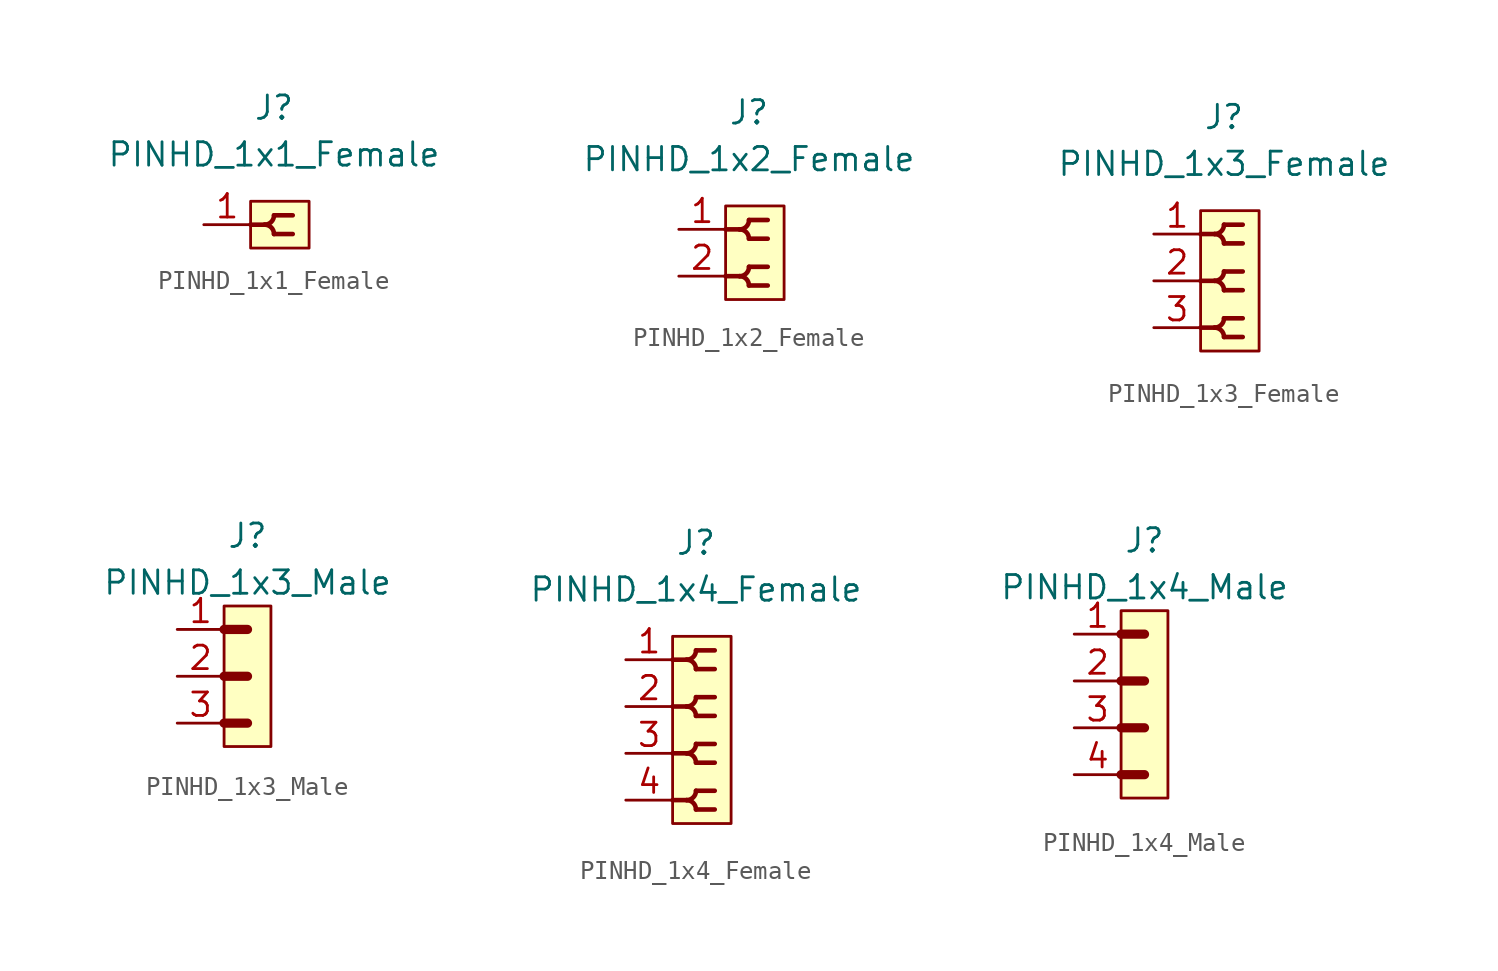
<source format=kicad_sym>
(kicad_symbol_lib
  (version 20211014)
  (generator kicad_symbol_editor)
  (symbol "PINHD_1x1_Female"
    (property "Reference" "J"
      (at 0 6.35 0)
      (effects (font (size 1.27 1.27))))
    (property "Value" "PINHD_1x1_Female"
      (at 0 3.81 0)
      (effects (font (size 1.27 1.27))))
    (symbol "PINHD_1x1_Female_0_1"
      (rectangle (start -1.27 1.27) (end 1.905 -1.27) (stroke (width 0) (type default) (color 0 0 0 0)) (fill (type background)))
      (arc (start -0.508 0) (mid 0.3592 -0.3592) (end 0 0.508) (stroke (width 0.25) (type default) (color 0 0 0 0)) (fill (type none)))
      (arc (start 0 -0.508) (mid 0.3592 0.3592) (end -0.508 0) (stroke (width 0.25) (type default) (color 0 0 0 0)) (fill (type none)))
      (polyline (pts (xy -1.27 0) (xy -0.508 0)) (stroke (width 0.25) (type default) (color 0 0 0 0)) (fill (type none)))
      (polyline (pts (xy 0 -0.508) (xy 1.016 -0.508)) (stroke (width 0.25) (type default) (color 0 0 0 0)) (fill (type none)))
      (polyline (pts (xy 0 0.508) (xy 1.016 0.508)) (stroke (width 0.25) (type default) (color 0 0 0 0)) (fill (type none))))
    (symbol "PINHD_1x1_Female_1_1"
      (pin passive line (at -3.81 0 0) (length 2.54) (name "" (effects (font (size 1.27 1.27)))) (number "1" (effects (font (size 1.27 1.27)))))))
  (symbol "PINHD_1x2_Female"
    (property "Reference" "J"
      (at 0 7.62 0)
      (effects (font (size 1.27 1.27))))
    (property "Value" "PINHD_1x2_Female"
      (at 0 5.08 0)
      (effects (font (size 1.27 1.27))))
    (symbol "PINHD_1x2_Female_0_1"
      (rectangle (start -1.27 2.54) (end 1.905 -2.54) (stroke (width 0) (type default) (color 0 0 0 0)) (fill (type background)))
      (arc (start -0.508 -1.27) (mid 0.3592 -1.6292) (end 0 -0.762) (stroke (width 0.25) (type default) (color 0 0 0 0)) (fill (type none)))
      (arc (start -0.508 1.27) (mid 0.3592 0.9108) (end 0 1.778) (stroke (width 0.25) (type default) (color 0 0 0 0)) (fill (type none)))
      (arc (start 0 -1.778) (mid 0.3592 -0.9108) (end -0.508 -1.27) (stroke (width 0.25) (type default) (color 0 0 0 0)) (fill (type none)))
      (polyline (pts (xy -1.27 -1.27) (xy -0.508 -1.27)) (stroke (width 0.25) (type default) (color 0 0 0 0)) (fill (type none)))
      (polyline (pts (xy -1.27 1.27) (xy -0.508 1.27)) (stroke (width 0.25) (type default) (color 0 0 0 0)) (fill (type none)))
      (polyline (pts (xy 0 -1.778) (xy 1.016 -1.778)) (stroke (width 0.25) (type default) (color 0 0 0 0)) (fill (type none)))
      (polyline (pts (xy 0 -0.762) (xy 1.016 -0.762)) (stroke (width 0.25) (type default) (color 0 0 0 0)) (fill (type none)))
      (polyline (pts (xy 0 0.762) (xy 1.016 0.762)) (stroke (width 0.25) (type default) (color 0 0 0 0)) (fill (type none)))
      (polyline (pts (xy 0 1.778) (xy 1.016 1.778)) (stroke (width 0.25) (type default) (color 0 0 0 0)) (fill (type none)))
      (arc (start 0 0.762) (mid 0.3592 1.6292) (end -0.508 1.27) (stroke (width 0.25) (type default) (color 0 0 0 0)) (fill (type none))))
    (symbol "PINHD_1x2_Female_1_1"
      (pin passive line (at -3.81 1.27 0) (length 2.54) (name "" (effects (font (size 1.27 1.27)))) (number "1" (effects (font (size 1.27 1.27)))))
      (pin passive line (at -3.81 -1.27 0) (length 2.54) (name "" (effects (font (size 1.27 1.27)))) (number "2" (effects (font (size 1.27 1.27)))))))
  (symbol "PINHD_1x3_Female"
    (property "Reference" "J"
      (at 0 8.89 0)
      (effects (font (size 1.27 1.27))))
    (property "Value" "PINHD_1x3_Female"
      (at 0 6.35 0)
      (effects (font (size 1.27 1.27))))
    (symbol "PINHD_1x3_Female_0_1"
      (rectangle (start -1.27 3.81) (end 1.905 -3.81) (stroke (width 0) (type default) (color 0 0 0 0)) (fill (type background)))
      (arc (start -0.508 -2.54) (mid 0.3592 -2.8992) (end 0 -2.032) (stroke (width 0.25) (type default) (color 0 0 0 0)) (fill (type none)))
      (arc (start -0.508 0) (mid 0.3592 -0.3592) (end 0 0.508) (stroke (width 0.25) (type default) (color 0 0 0 0)) (fill (type none)))
      (arc (start -0.508 2.54) (mid 0.3592 2.1808) (end 0 3.048) (stroke (width 0.25) (type default) (color 0 0 0 0)) (fill (type none)))
      (arc (start 0 -3.048) (mid 0.3592 -2.1808) (end -0.508 -2.54) (stroke (width 0.25) (type default) (color 0 0 0 0)) (fill (type none)))
      (arc (start 0 -0.508) (mid 0.3592 0.3592) (end -0.508 0) (stroke (width 0.25) (type default) (color 0 0 0 0)) (fill (type none)))
      (polyline (pts (xy -1.27 -2.54) (xy -0.508 -2.54)) (stroke (width 0.25) (type default) (color 0 0 0 0)) (fill (type none)))
      (polyline (pts (xy -1.27 0) (xy -0.508 0)) (stroke (width 0.25) (type default) (color 0 0 0 0)) (fill (type none)))
      (polyline (pts (xy -1.27 2.54) (xy -0.508 2.54)) (stroke (width 0.25) (type default) (color 0 0 0 0)) (fill (type none)))
      (polyline (pts (xy 0 -3.048) (xy 1.016 -3.048)) (stroke (width 0.25) (type default) (color 0 0 0 0)) (fill (type none)))
      (polyline (pts (xy 0 -2.032) (xy 1.016 -2.032)) (stroke (width 0.25) (type default) (color 0 0 0 0)) (fill (type none)))
      (polyline (pts (xy 0 -0.508) (xy 1.016 -0.508)) (stroke (width 0.25) (type default) (color 0 0 0 0)) (fill (type none)))
      (polyline (pts (xy 0 0.508) (xy 1.016 0.508)) (stroke (width 0.25) (type default) (color 0 0 0 0)) (fill (type none)))
      (polyline (pts (xy 0 2.032) (xy 1.016 2.032)) (stroke (width 0.25) (type default) (color 0 0 0 0)) (fill (type none)))
      (polyline (pts (xy 0 3.048) (xy 1.016 3.048)) (stroke (width 0.25) (type default) (color 0 0 0 0)) (fill (type none)))
      (arc (start 0 2.032) (mid 0.3592 2.8992) (end -0.508 2.54) (stroke (width 0.25) (type default) (color 0 0 0 0)) (fill (type none))))
    (symbol "PINHD_1x3_Female_1_1"
      (pin passive line (at -3.81 2.54 0) (length 2.54) (name "" (effects (font (size 1.27 1.27)))) (number "1" (effects (font (size 1.27 1.27)))))
      (pin passive line (at -3.81 0 0) (length 2.54) (name "" (effects (font (size 1.27 1.27)))) (number "2" (effects (font (size 1.27 1.27)))))
      (pin passive line (at -3.81 -2.54 0) (length 2.54) (name "" (effects (font (size 1.27 1.27)))) (number "3" (effects (font (size 1.27 1.27)))))))
  (symbol "PINHD_1x3_Male"
    (property "Reference" "J"
      (at 0 7.62 0)
      (effects (font (size 1.27 1.27))))
    (property "Value" "PINHD_1x3_Male"
      (at 0 5.08 0)
      (effects (font (size 1.27 1.27))))
    (symbol "PINHD_1x3_Male_0_1"
      (rectangle (start -1.27 3.81) (end 1.27 -3.81) (stroke (width 0) (type default) (color 0 0 0 0)) (fill (type background)))
      (polyline (pts (xy -1.27 -2.54) (xy 0 -2.54)) (stroke (width 0.3) (type default) (color 0 0 0 0)) (fill (type none)))
      (polyline (pts (xy -1.27 -2.54) (xy 0 -2.54)) (stroke (width 0.5) (type default) (color 0 0 0 0)) (fill (type none)))
      (polyline (pts (xy -1.27 0) (xy 0 0)) (stroke (width 0.3) (type default) (color 0 0 0 0)) (fill (type none)))
      (polyline (pts (xy -1.27 0) (xy 0 0)) (stroke (width 0.5) (type default) (color 0 0 0 0)) (fill (type none)))
      (polyline (pts (xy -1.27 2.54) (xy 0 2.54)) (stroke (width 0.3) (type default) (color 0 0 0 0)) (fill (type none)))
      (polyline (pts (xy -1.27 2.54) (xy 0 2.54)) (stroke (width 0.5) (type default) (color 0 0 0 0)) (fill (type none))))
    (symbol "PINHD_1x3_Male_1_1"
      (pin passive line (at -3.81 2.54 0) (length 2.54) (name "" (effects (font (size 1.27 1.27)))) (number "1" (effects (font (size 1.27 1.27)))))
      (pin passive line (at -3.81 0 0) (length 2.54) (name "" (effects (font (size 1.27 1.27)))) (number "2" (effects (font (size 1.27 1.27)))))
      (pin passive line (at -3.81 -2.54 0) (length 2.54) (name "" (effects (font (size 1.27 1.27)))) (number "3" (effects (font (size 1.27 1.27)))))))
  (symbol "PINHD_1x4_Female"
    (property "Reference" "J"
      (at 0 10.16 0)
      (effects (font (size 1.27 1.27))))
    (property "Value" "PINHD_1x4_Female"
      (at 0 7.62 0)
      (effects (font (size 1.27 1.27))))
    (symbol "PINHD_1x4_Female_0_1"
      (rectangle (start -1.27 5.08) (end 1.905 -5.08) (stroke (width 0) (type default) (color 0 0 0 0)) (fill (type background)))
      (arc (start -0.508 -3.81) (mid 0.3592 -4.1692) (end 0 -3.302) (stroke (width 0.25) (type default) (color 0 0 0 0)) (fill (type none)))
      (arc (start -0.508 -1.27) (mid 0.3592 -1.6292) (end 0 -0.762) (stroke (width 0.25) (type default) (color 0 0 0 0)) (fill (type none)))
      (arc (start -0.508 1.27) (mid 0.3592 0.9108) (end 0 1.778) (stroke (width 0.25) (type default) (color 0 0 0 0)) (fill (type none)))
      (arc (start -0.508 3.81) (mid 0.3592 3.4508) (end 0 4.318) (stroke (width 0.25) (type default) (color 0 0 0 0)) (fill (type none)))
      (arc (start 0 -4.318) (mid 0.3592 -3.4508) (end -0.508 -3.81) (stroke (width 0.25) (type default) (color 0 0 0 0)) (fill (type none)))
      (arc (start 0 -1.778) (mid 0.3592 -0.9108) (end -0.508 -1.27) (stroke (width 0.25) (type default) (color 0 0 0 0)) (fill (type none)))
      (polyline (pts (xy -1.27 -3.81) (xy -0.508 -3.81)) (stroke (width 0.25) (type default) (color 0 0 0 0)) (fill (type none)))
      (polyline (pts (xy -1.27 -1.27) (xy -0.508 -1.27)) (stroke (width 0.25) (type default) (color 0 0 0 0)) (fill (type none)))
      (polyline (pts (xy -1.27 1.27) (xy -0.508 1.27)) (stroke (width 0.25) (type default) (color 0 0 0 0)) (fill (type none)))
      (polyline (pts (xy -1.27 3.81) (xy -0.508 3.81)) (stroke (width 0.25) (type default) (color 0 0 0 0)) (fill (type none)))
      (polyline (pts (xy 0 -4.318) (xy 1.016 -4.318)) (stroke (width 0.25) (type default) (color 0 0 0 0)) (fill (type none)))
      (polyline (pts (xy 0 -3.302) (xy 1.016 -3.302)) (stroke (width 0.25) (type default) (color 0 0 0 0)) (fill (type none)))
      (polyline (pts (xy 0 -1.778) (xy 1.016 -1.778)) (stroke (width 0.25) (type default) (color 0 0 0 0)) (fill (type none)))
      (polyline (pts (xy 0 -0.762) (xy 1.016 -0.762)) (stroke (width 0.25) (type default) (color 0 0 0 0)) (fill (type none)))
      (polyline (pts (xy 0 0.762) (xy 1.016 0.762)) (stroke (width 0.25) (type default) (color 0 0 0 0)) (fill (type none)))
      (polyline (pts (xy 0 1.778) (xy 1.016 1.778)) (stroke (width 0.25) (type default) (color 0 0 0 0)) (fill (type none)))
      (polyline (pts (xy 0 3.302) (xy 1.016 3.302)) (stroke (width 0.25) (type default) (color 0 0 0 0)) (fill (type none)))
      (polyline (pts (xy 0 4.318) (xy 1.016 4.318)) (stroke (width 0.25) (type default) (color 0 0 0 0)) (fill (type none)))
      (arc (start 0 0.762) (mid 0.3592 1.6292) (end -0.508 1.27) (stroke (width 0.25) (type default) (color 0 0 0 0)) (fill (type none)))
      (arc (start 0 3.302) (mid 0.3592 4.1692) (end -0.508 3.81) (stroke (width 0.25) (type default) (color 0 0 0 0)) (fill (type none))))
    (symbol "PINHD_1x4_Female_1_1"
      (pin passive line (at -3.81 3.81 0) (length 2.54) (name "" (effects (font (size 1.27 1.27)))) (number "1" (effects (font (size 1.27 1.27)))))
      (pin passive line (at -3.81 1.27 0) (length 2.54) (name "" (effects (font (size 1.27 1.27)))) (number "2" (effects (font (size 1.27 1.27)))))
      (pin passive line (at -3.81 -1.27 0) (length 2.54) (name "" (effects (font (size 1.27 1.27)))) (number "3" (effects (font (size 1.27 1.27)))))
      (pin passive line (at -3.81 -3.81 0) (length 2.54) (name "" (effects (font (size 1.27 1.27)))) (number "4" (effects (font (size 1.27 1.27)))))))
  (symbol "PINHD_1x4_Male"
    (property "Reference" "J"
      (at 0 8.89 0)
      (effects (font (size 1.27 1.27))))
    (property "Value" "PINHD_1x4_Male"
      (at 0 6.35 0)
      (effects (font (size 1.27 1.27))))
    (symbol "PINHD_1x4_Male_0_1"
      (rectangle (start -1.27 5.08) (end 1.27 -5.08) (stroke (width 0) (type default) (color 0 0 0 0)) (fill (type background)))
      (polyline (pts (xy -1.27 -3.81) (xy 0 -3.81)) (stroke (width 0.3) (type default) (color 0 0 0 0)) (fill (type none)))
      (polyline (pts (xy -1.27 -3.81) (xy 0 -3.81)) (stroke (width 0.5) (type default) (color 0 0 0 0)) (fill (type none)))
      (polyline (pts (xy -1.27 -1.27) (xy 0 -1.27)) (stroke (width 0.3) (type default) (color 0 0 0 0)) (fill (type none)))
      (polyline (pts (xy -1.27 -1.27) (xy 0 -1.27)) (stroke (width 0.5) (type default) (color 0 0 0 0)) (fill (type none)))
      (polyline (pts (xy -1.27 1.27) (xy 0 1.27)) (stroke (width 0.3) (type default) (color 0 0 0 0)) (fill (type none)))
      (polyline (pts (xy -1.27 1.27) (xy 0 1.27)) (stroke (width 0.5) (type default) (color 0 0 0 0)) (fill (type none)))
      (polyline (pts (xy -1.27 3.81) (xy 0 3.81)) (stroke (width 0.3) (type default) (color 0 0 0 0)) (fill (type none)))
      (polyline (pts (xy -1.27 3.81) (xy 0 3.81)) (stroke (width 0.5) (type default) (color 0 0 0 0)) (fill (type none))))
    (symbol "PINHD_1x4_Male_1_1"
      (pin passive line (at -3.81 3.81 0) (length 2.54) (name "" (effects (font (size 1.27 1.27)))) (number "1" (effects (font (size 1.27 1.27)))))
      (pin passive line (at -3.81 1.27 0) (length 2.54) (name "" (effects (font (size 1.27 1.27)))) (number "2" (effects (font (size 1.27 1.27)))))
      (pin passive line (at -3.81 -1.27 0) (length 2.54) (name "" (effects (font (size 1.27 1.27)))) (number "3" (effects (font (size 1.27 1.27)))))
      (pin passive line (at -3.81 -3.81 0) (length 2.54) (name "" (effects (font (size 1.27 1.27)))) (number "4" (effects (font (size 1.27 1.27))))))))
</source>
